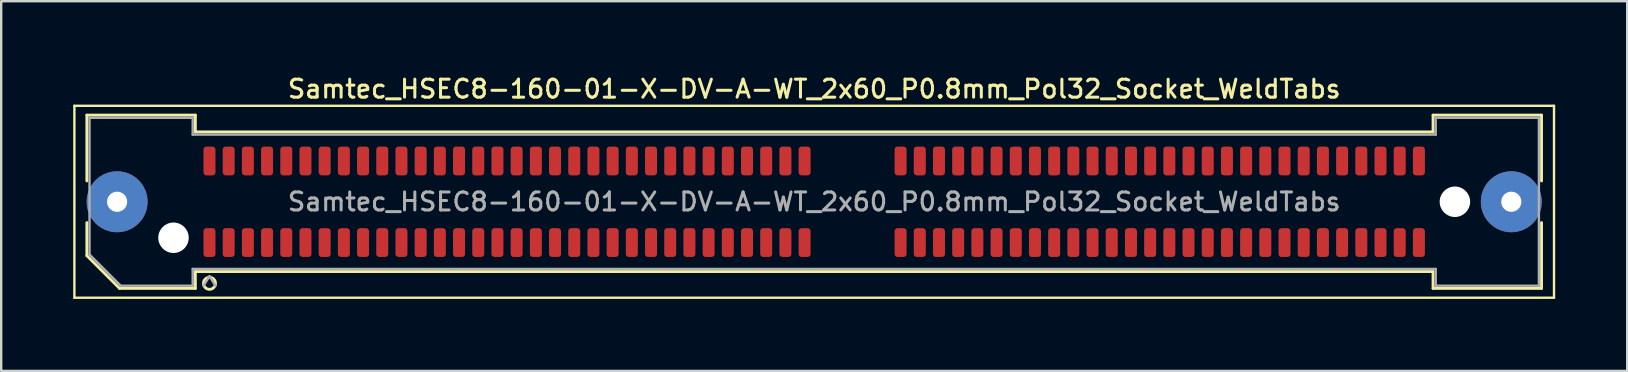
<source format=kicad_pcb>
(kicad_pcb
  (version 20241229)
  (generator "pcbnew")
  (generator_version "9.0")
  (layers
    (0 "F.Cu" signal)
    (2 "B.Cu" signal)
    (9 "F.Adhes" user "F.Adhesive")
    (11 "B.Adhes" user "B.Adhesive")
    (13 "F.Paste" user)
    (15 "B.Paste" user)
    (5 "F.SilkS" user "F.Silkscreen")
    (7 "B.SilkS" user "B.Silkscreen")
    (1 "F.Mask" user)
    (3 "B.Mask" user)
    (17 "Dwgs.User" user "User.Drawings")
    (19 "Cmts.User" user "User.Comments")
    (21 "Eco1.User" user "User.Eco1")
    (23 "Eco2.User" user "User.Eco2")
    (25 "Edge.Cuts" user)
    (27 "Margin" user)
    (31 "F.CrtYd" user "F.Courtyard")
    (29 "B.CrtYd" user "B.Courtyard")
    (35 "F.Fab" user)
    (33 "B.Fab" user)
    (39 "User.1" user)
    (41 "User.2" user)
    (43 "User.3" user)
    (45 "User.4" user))
  (footprint "Samtec_HSEC8-160-01-X-DV-A-WT_2x60_P0.8mm_Pol32_Socket_WeldTabs"
    (layer "F.Cu")
    (at 30.88 5.358)
    (property "Reference" "Samtec_HSEC8-160-01-X-DV-A-WT_2x60_P0.8mm_Pol32_Socket_WeldTabs" (at 0 -4.7 0) (layer "F.SilkS") (effects (font (size 0.75 0.75) (thickness 0.125))))
    (attr smd)
    (fp_line (start -30.83 -4) (end -30.83 4) (stroke (width 0.1) (type solid)) (layer "F.SilkS"))
    (fp_line (start -30.83 4) (end 30.83 4) (stroke (width 0.1) (type solid)) (layer "F.SilkS"))
    (fp_line (start -30.31 -3.61) (end -25.79 -3.61) (stroke (width 0.12) (type solid)) (layer "F.SilkS"))
    (fp_line (start -30.31 -0.868) (end -30.31 -3.61) (stroke (width 0.12) (type solid)) (layer "F.SilkS"))
    (fp_line (start -30.31 2.246) (end -30.31 0.868) (stroke (width 0.12) (type solid)) (layer "F.SilkS"))
    (fp_line (start -28.946 3.61) (end -30.31 2.246) (stroke (width 0.12) (type solid)) (layer "F.SilkS"))
    (fp_line (start -25.79 -3.61) (end -25.79 -2.91) (stroke (width 0.12) (type solid)) (layer "F.SilkS"))
    (fp_line (start -25.79 -2.91) (end 25.79 -2.91) (stroke (width 0.12) (type solid)) (layer "F.SilkS"))
    (fp_line (start -25.79 2.91) (end -25.79 3.61) (stroke (width 0.12) (type solid)) (layer "F.SilkS"))
    (fp_line (start -25.79 3.61) (end -28.946 3.61) (stroke (width 0.12) (type solid)) (layer "F.SilkS"))
    (fp_line (start 25.79 -3.61) (end 30.31 -3.61) (stroke (width 0.12) (type solid)) (layer "F.SilkS"))
    (fp_line (start 25.79 -2.91) (end 25.79 -3.61) (stroke (width 0.12) (type solid)) (layer "F.SilkS"))
    (fp_line (start 25.79 2.91) (end -25.79 2.91) (stroke (width 0.12) (type solid)) (layer "F.SilkS"))
    (fp_line (start 25.79 3.61) (end 25.79 2.91) (stroke (width 0.12) (type solid)) (layer "F.SilkS"))
    (fp_line (start 30.31 -3.61) (end 30.31 -0.868) (stroke (width 0.12) (type solid)) (layer "F.SilkS"))
    (fp_line (start 30.31 0.868) (end 30.31 3.61) (stroke (width 0.12) (type solid)) (layer "F.SilkS"))
    (fp_line (start 30.31 3.61) (end 25.79 3.61) (stroke (width 0.12) (type solid)) (layer "F.SilkS"))
    (fp_line (start 30.83 -4) (end -30.83 -4) (stroke (width 0.1) (type solid)) (layer "F.SilkS"))
    (fp_line (start 30.83 4) (end 30.83 -4) (stroke (width 0.1) (type solid)) (layer "F.SilkS"))
    (fp_arc (start -24.95 3.4) (mid -25.45 3.4) (end -24.95 3.4) (stroke (width 0.12) (type solid)) (layer "F.SilkS"))
    (fp_line (start -30.2 -3.5) (end -25.9 -3.5) (stroke (width 0.1) (type solid)) (layer "F.Fab"))
    (fp_line (start -30.2 2.2) (end -30.2 -3.5) (stroke (width 0.1) (type solid)) (layer "F.Fab"))
    (fp_line (start -28.9 3.5) (end -30.2 2.2) (stroke (width 0.1) (type solid)) (layer "F.Fab"))
    (fp_line (start -25.9 -3.5) (end -25.9 -2.8) (stroke (width 0.1) (type solid)) (layer "F.Fab"))
    (fp_line (start -25.9 -2.8) (end 25.9 -2.8) (stroke (width 0.1) (type solid)) (layer "F.Fab"))
    (fp_line (start -25.9 2.8) (end -25.9 3.5) (stroke (width 0.1) (type solid)) (layer "F.Fab"))
    (fp_line (start -25.9 3.5) (end -28.9 3.5) (stroke (width 0.1) (type solid)) (layer "F.Fab"))
    (fp_line (start -25.2 3.1) (end -25.45 3.5) (stroke (width 0.1) (type solid)) (layer "F.Fab"))
    (fp_line (start -25.2 3.1) (end -24.95 3.5) (stroke (width 0.1) (type solid)) (layer "F.Fab"))
    (fp_line (start 25.9 -3.5) (end 30.2 -3.5) (stroke (width 0.1) (type solid)) (layer "F.Fab"))
    (fp_line (start 25.9 -2.8) (end 25.9 -3.5) (stroke (width 0.1) (type solid)) (layer "F.Fab"))
    (fp_line (start 25.9 2.8) (end -25.9 2.8) (stroke (width 0.1) (type solid)) (layer "F.Fab"))
    (fp_line (start 25.9 3.5) (end 25.9 2.8) (stroke (width 0.1) (type solid)) (layer "F.Fab"))
    (fp_line (start 30.2 -3.5) (end 30.2 3.5) (stroke (width 0.1) (type solid)) (layer "F.Fab"))
    (fp_line (start 30.2 3.5) (end 25.9 3.5) (stroke (width 0.1) (type solid)) (layer "F.Fab"))
    (fp_text user "${REFERENCE}" (at 0 0 0) (layer "F.Fab") (effects (font (size 0.75 0.75) (thickness 0.125))))
    (pad "" thru_hole circle (at -29.05 0) (size 2.54 2.54) (drill 0.84) (layers "*.Cu" "*.Mask" "F.Paste"))
    (pad "" np_thru_hole circle (at -26.7 1.5) (size 1.27 1.27) (drill 1.27) (layers "*.Cu" "*.Mask"))
    (pad "" np_thru_hole circle (at 26.7 0) (size 1.27 1.27) (drill 1.27) (layers "*.Cu" "*.Mask"))
    (pad "" thru_hole circle (at 29.05 0) (size 2.54 2.54) (drill 0.84) (layers "*.Cu" "*.Mask" "F.Paste"))
    (pad "1" smd roundrect (at -25.2 1.7) (size 0.5 1.2) (layers "F.Cu" "F.Mask" "F.Paste") (roundrect_rratio 0.25))
    (pad "2" smd roundrect (at -25.2 -1.7) (size 0.5 1.2) (layers "F.Cu" "F.Mask" "F.Paste") (roundrect_rratio 0.25))
    (pad "3" smd roundrect (at -24.4 1.7) (size 0.5 1.2) (layers "F.Cu" "F.Mask" "F.Paste") (roundrect_rratio 0.25))
    (pad "4" smd roundrect (at -24.4 -1.7) (size 0.5 1.2) (layers "F.Cu" "F.Mask" "F.Paste") (roundrect_rratio 0.25))
    (pad "5" smd roundrect (at -23.6 1.7) (size 0.5 1.2) (layers "F.Cu" "F.Mask" "F.Paste") (roundrect_rratio 0.25))
    (pad "6" smd roundrect (at -23.6 -1.7) (size 0.5 1.2) (layers "F.Cu" "F.Mask" "F.Paste") (roundrect_rratio 0.25))
    (pad "7" smd roundrect (at -22.8 1.7) (size 0.5 1.2) (layers "F.Cu" "F.Mask" "F.Paste") (roundrect_rratio 0.25))
    (pad "8" smd roundrect (at -22.8 -1.7) (size 0.5 1.2) (layers "F.Cu" "F.Mask" "F.Paste") (roundrect_rratio 0.25))
    (pad "9" smd roundrect (at -22 1.7) (size 0.5 1.2) (layers "F.Cu" "F.Mask" "F.Paste") (roundrect_rratio 0.25))
    (pad "10" smd roundrect (at -22 -1.7) (size 0.5 1.2) (layers "F.Cu" "F.Mask" "F.Paste") (roundrect_rratio 0.25))
    (pad "11" smd roundrect (at -21.2 1.7) (size 0.5 1.2) (layers "F.Cu" "F.Mask" "F.Paste") (roundrect_rratio 0.25))
    (pad "12" smd roundrect (at -21.2 -1.7) (size 0.5 1.2) (layers "F.Cu" "F.Mask" "F.Paste") (roundrect_rratio 0.25))
    (pad "13" smd roundrect (at -20.4 1.7) (size 0.5 1.2) (layers "F.Cu" "F.Mask" "F.Paste") (roundrect_rratio 0.25))
    (pad "14" smd roundrect (at -20.4 -1.7) (size 0.5 1.2) (layers "F.Cu" "F.Mask" "F.Paste") (roundrect_rratio 0.25))
    (pad "15" smd roundrect (at -19.6 1.7) (size 0.5 1.2) (layers "F.Cu" "F.Mask" "F.Paste") (roundrect_rratio 0.25))
    (pad "16" smd roundrect (at -19.6 -1.7) (size 0.5 1.2) (layers "F.Cu" "F.Mask" "F.Paste") (roundrect_rratio 0.25))
    (pad "17" smd roundrect (at -18.8 1.7) (size 0.5 1.2) (layers "F.Cu" "F.Mask" "F.Paste") (roundrect_rratio 0.25))
    (pad "18" smd roundrect (at -18.8 -1.7) (size 0.5 1.2) (layers "F.Cu" "F.Mask" "F.Paste") (roundrect_rratio 0.25))
    (pad "19" smd roundrect (at -18 1.7) (size 0.5 1.2) (layers "F.Cu" "F.Mask" "F.Paste") (roundrect_rratio 0.25))
    (pad "20" smd roundrect (at -18 -1.7) (size 0.5 1.2) (layers "F.Cu" "F.Mask" "F.Paste") (roundrect_rratio 0.25))
    (pad "21" smd roundrect (at -17.2 1.7) (size 0.5 1.2) (layers "F.Cu" "F.Mask" "F.Paste") (roundrect_rratio 0.25))
    (pad "22" smd roundrect (at -17.2 -1.7) (size 0.5 1.2) (layers "F.Cu" "F.Mask" "F.Paste") (roundrect_rratio 0.25))
    (pad "23" smd roundrect (at -16.4 1.7) (size 0.5 1.2) (layers "F.Cu" "F.Mask" "F.Paste") (roundrect_rratio 0.25))
    (pad "24" smd roundrect (at -16.4 -1.7) (size 0.5 1.2) (layers "F.Cu" "F.Mask" "F.Paste") (roundrect_rratio 0.25))
    (pad "25" smd roundrect (at -15.6 1.7) (size 0.5 1.2) (layers "F.Cu" "F.Mask" "F.Paste") (roundrect_rratio 0.25))
    (pad "26" smd roundrect (at -15.6 -1.7) (size 0.5 1.2) (layers "F.Cu" "F.Mask" "F.Paste") (roundrect_rratio 0.25))
    (pad "27" smd roundrect (at -14.8 1.7) (size 0.5 1.2) (layers "F.Cu" "F.Mask" "F.Paste") (roundrect_rratio 0.25))
    (pad "28" smd roundrect (at -14.8 -1.7) (size 0.5 1.2) (layers "F.Cu" "F.Mask" "F.Paste") (roundrect_rratio 0.25))
    (pad "29" smd roundrect (at -14 1.7) (size 0.5 1.2) (layers "F.Cu" "F.Mask" "F.Paste") (roundrect_rratio 0.25))
    (pad "30" smd roundrect (at -14 -1.7) (size 0.5 1.2) (layers "F.Cu" "F.Mask" "F.Paste") (roundrect_rratio 0.25))
    (pad "31" smd roundrect (at -13.2 1.7) (size 0.5 1.2) (layers "F.Cu" "F.Mask" "F.Paste") (roundrect_rratio 0.25))
    (pad "32" smd roundrect (at -13.2 -1.7) (size 0.5 1.2) (layers "F.Cu" "F.Mask" "F.Paste") (roundrect_rratio 0.25))
    (pad "33" smd roundrect (at -12.4 1.7) (size 0.5 1.2) (layers "F.Cu" "F.Mask" "F.Paste") (roundrect_rratio 0.25))
    (pad "34" smd roundrect (at -12.4 -1.7) (size 0.5 1.2) (layers "F.Cu" "F.Mask" "F.Paste") (roundrect_rratio 0.25))
    (pad "35" smd roundrect (at -11.6 1.7) (size 0.5 1.2) (layers "F.Cu" "F.Mask" "F.Paste") (roundrect_rratio 0.25))
    (pad "36" smd roundrect (at -11.6 -1.7) (size 0.5 1.2) (layers "F.Cu" "F.Mask" "F.Paste") (roundrect_rratio 0.25))
    (pad "37" smd roundrect (at -10.8 1.7) (size 0.5 1.2) (layers "F.Cu" "F.Mask" "F.Paste") (roundrect_rratio 0.25))
    (pad "38" smd roundrect (at -10.8 -1.7) (size 0.5 1.2) (layers "F.Cu" "F.Mask" "F.Paste") (roundrect_rratio 0.25))
    (pad "39" smd roundrect (at -10 1.7) (size 0.5 1.2) (layers "F.Cu" "F.Mask" "F.Paste") (roundrect_rratio 0.25))
    (pad "40" smd roundrect (at -10 -1.7) (size 0.5 1.2) (layers "F.Cu" "F.Mask" "F.Paste") (roundrect_rratio 0.25))
    (pad "41" smd roundrect (at -9.2 1.7) (size 0.5 1.2) (layers "F.Cu" "F.Mask" "F.Paste") (roundrect_rratio 0.25))
    (pad "42" smd roundrect (at -9.2 -1.7) (size 0.5 1.2) (layers "F.Cu" "F.Mask" "F.Paste") (roundrect_rratio 0.25))
    (pad "43" smd roundrect (at -8.4 1.7) (size 0.5 1.2) (layers "F.Cu" "F.Mask" "F.Paste") (roundrect_rratio 0.25))
    (pad "44" smd roundrect (at -8.4 -1.7) (size 0.5 1.2) (layers "F.Cu" "F.Mask" "F.Paste") (roundrect_rratio 0.25))
    (pad "45" smd roundrect (at -7.6 1.7) (size 0.5 1.2) (layers "F.Cu" "F.Mask" "F.Paste") (roundrect_rratio 0.25))
    (pad "46" smd roundrect (at -7.6 -1.7) (size 0.5 1.2) (layers "F.Cu" "F.Mask" "F.Paste") (roundrect_rratio 0.25))
    (pad "47" smd roundrect (at -6.8 1.7) (size 0.5 1.2) (layers "F.Cu" "F.Mask" "F.Paste") (roundrect_rratio 0.25))
    (pad "48" smd roundrect (at -6.8 -1.7) (size 0.5 1.2) (layers "F.Cu" "F.Mask" "F.Paste") (roundrect_rratio 0.25))
    (pad "49" smd roundrect (at -6 1.7) (size 0.5 1.2) (layers "F.Cu" "F.Mask" "F.Paste") (roundrect_rratio 0.25))
    (pad "50" smd roundrect (at -6 -1.7) (size 0.5 1.2) (layers "F.Cu" "F.Mask" "F.Paste") (roundrect_rratio 0.25))
    (pad "51" smd roundrect (at -5.2 1.7) (size 0.5 1.2) (layers "F.Cu" "F.Mask" "F.Paste") (roundrect_rratio 0.25))
    (pad "52" smd roundrect (at -5.2 -1.7) (size 0.5 1.2) (layers "F.Cu" "F.Mask" "F.Paste") (roundrect_rratio 0.25))
    (pad "53" smd roundrect (at -4.4 1.7) (size 0.5 1.2) (layers "F.Cu" "F.Mask" "F.Paste") (roundrect_rratio 0.25))
    (pad "54" smd roundrect (at -4.4 -1.7) (size 0.5 1.2) (layers "F.Cu" "F.Mask" "F.Paste") (roundrect_rratio 0.25))
    (pad "55" smd roundrect (at -3.6 1.7) (size 0.5 1.2) (layers "F.Cu" "F.Mask" "F.Paste") (roundrect_rratio 0.25))
    (pad "56" smd roundrect (at -3.6 -1.7) (size 0.5 1.2) (layers "F.Cu" "F.Mask" "F.Paste") (roundrect_rratio 0.25))
    (pad "57" smd roundrect (at -2.8 1.7) (size 0.5 1.2) (layers "F.Cu" "F.Mask" "F.Paste") (roundrect_rratio 0.25))
    (pad "58" smd roundrect (at -2.8 -1.7) (size 0.5 1.2) (layers "F.Cu" "F.Mask" "F.Paste") (roundrect_rratio 0.25))
    (pad "59" smd roundrect (at -2 1.7) (size 0.5 1.2) (layers "F.Cu" "F.Mask" "F.Paste") (roundrect_rratio 0.25))
    (pad "60" smd roundrect (at -2 -1.7) (size 0.5 1.2) (layers "F.Cu" "F.Mask" "F.Paste") (roundrect_rratio 0.25))
    (pad "61" smd roundrect (at -1.2 1.7) (size 0.5 1.2) (layers "F.Cu" "F.Mask" "F.Paste") (roundrect_rratio 0.25))
    (pad "62" smd roundrect (at -1.2 -1.7) (size 0.5 1.2) (layers "F.Cu" "F.Mask" "F.Paste") (roundrect_rratio 0.25))
    (pad "63" smd roundrect (at -0.4 1.7) (size 0.5 1.2) (layers "F.Cu" "F.Mask" "F.Paste") (roundrect_rratio 0.25))
    (pad "64" smd roundrect (at -0.4 -1.7) (size 0.5 1.2) (layers "F.Cu" "F.Mask" "F.Paste") (roundrect_rratio 0.25))
    (pad "65" smd roundrect (at 3.6 1.7) (size 0.5 1.2) (layers "F.Cu" "F.Mask" "F.Paste") (roundrect_rratio 0.25))
    (pad "66" smd roundrect (at 3.6 -1.7) (size 0.5 1.2) (layers "F.Cu" "F.Mask" "F.Paste") (roundrect_rratio 0.25))
    (pad "67" smd roundrect (at 4.4 1.7) (size 0.5 1.2) (layers "F.Cu" "F.Mask" "F.Paste") (roundrect_rratio 0.25))
    (pad "68" smd roundrect (at 4.4 -1.7) (size 0.5 1.2) (layers "F.Cu" "F.Mask" "F.Paste") (roundrect_rratio 0.25))
    (pad "69" smd roundrect (at 5.2 1.7) (size 0.5 1.2) (layers "F.Cu" "F.Mask" "F.Paste") (roundrect_rratio 0.25))
    (pad "70" smd roundrect (at 5.2 -1.7) (size 0.5 1.2) (layers "F.Cu" "F.Mask" "F.Paste") (roundrect_rratio 0.25))
    (pad "71" smd roundrect (at 6 1.7) (size 0.5 1.2) (layers "F.Cu" "F.Mask" "F.Paste") (roundrect_rratio 0.25))
    (pad "72" smd roundrect (at 6 -1.7) (size 0.5 1.2) (layers "F.Cu" "F.Mask" "F.Paste") (roundrect_rratio 0.25))
    (pad "73" smd roundrect (at 6.8 1.7) (size 0.5 1.2) (layers "F.Cu" "F.Mask" "F.Paste") (roundrect_rratio 0.25))
    (pad "74" smd roundrect (at 6.8 -1.7) (size 0.5 1.2) (layers "F.Cu" "F.Mask" "F.Paste") (roundrect_rratio 0.25))
    (pad "75" smd roundrect (at 7.6 1.7) (size 0.5 1.2) (layers "F.Cu" "F.Mask" "F.Paste") (roundrect_rratio 0.25))
    (pad "76" smd roundrect (at 7.6 -1.7) (size 0.5 1.2) (layers "F.Cu" "F.Mask" "F.Paste") (roundrect_rratio 0.25))
    (pad "77" smd roundrect (at 8.4 1.7) (size 0.5 1.2) (layers "F.Cu" "F.Mask" "F.Paste") (roundrect_rratio 0.25))
    (pad "78" smd roundrect (at 8.4 -1.7) (size 0.5 1.2) (layers "F.Cu" "F.Mask" "F.Paste") (roundrect_rratio 0.25))
    (pad "79" smd roundrect (at 9.2 1.7) (size 0.5 1.2) (layers "F.Cu" "F.Mask" "F.Paste") (roundrect_rratio 0.25))
    (pad "80" smd roundrect (at 9.2 -1.7) (size 0.5 1.2) (layers "F.Cu" "F.Mask" "F.Paste") (roundrect_rratio 0.25))
    (pad "81" smd roundrect (at 10 1.7) (size 0.5 1.2) (layers "F.Cu" "F.Mask" "F.Paste") (roundrect_rratio 0.25))
    (pad "82" smd roundrect (at 10 -1.7) (size 0.5 1.2) (layers "F.Cu" "F.Mask" "F.Paste") (roundrect_rratio 0.25))
    (pad "83" smd roundrect (at 10.8 1.7) (size 0.5 1.2) (layers "F.Cu" "F.Mask" "F.Paste") (roundrect_rratio 0.25))
    (pad "84" smd roundrect (at 10.8 -1.7) (size 0.5 1.2) (layers "F.Cu" "F.Mask" "F.Paste") (roundrect_rratio 0.25))
    (pad "85" smd roundrect (at 11.6 1.7) (size 0.5 1.2) (layers "F.Cu" "F.Mask" "F.Paste") (roundrect_rratio 0.25))
    (pad "86" smd roundrect (at 11.6 -1.7) (size 0.5 1.2) (layers "F.Cu" "F.Mask" "F.Paste") (roundrect_rratio 0.25))
    (pad "87" smd roundrect (at 12.4 1.7) (size 0.5 1.2) (layers "F.Cu" "F.Mask" "F.Paste") (roundrect_rratio 0.25))
    (pad "88" smd roundrect (at 12.4 -1.7) (size 0.5 1.2) (layers "F.Cu" "F.Mask" "F.Paste") (roundrect_rratio 0.25))
    (pad "89" smd roundrect (at 13.2 1.7) (size 0.5 1.2) (layers "F.Cu" "F.Mask" "F.Paste") (roundrect_rratio 0.25))
    (pad "90" smd roundrect (at 13.2 -1.7) (size 0.5 1.2) (layers "F.Cu" "F.Mask" "F.Paste") (roundrect_rratio 0.25))
    (pad "91" smd roundrect (at 14 1.7) (size 0.5 1.2) (layers "F.Cu" "F.Mask" "F.Paste") (roundrect_rratio 0.25))
    (pad "92" smd roundrect (at 14 -1.7) (size 0.5 1.2) (layers "F.Cu" "F.Mask" "F.Paste") (roundrect_rratio 0.25))
    (pad "93" smd roundrect (at 14.8 1.7) (size 0.5 1.2) (layers "F.Cu" "F.Mask" "F.Paste") (roundrect_rratio 0.25))
    (pad "94" smd roundrect (at 14.8 -1.7) (size 0.5 1.2) (layers "F.Cu" "F.Mask" "F.Paste") (roundrect_rratio 0.25))
    (pad "95" smd roundrect (at 15.6 1.7) (size 0.5 1.2) (layers "F.Cu" "F.Mask" "F.Paste") (roundrect_rratio 0.25))
    (pad "96" smd roundrect (at 15.6 -1.7) (size 0.5 1.2) (layers "F.Cu" "F.Mask" "F.Paste") (roundrect_rratio 0.25))
    (pad "97" smd roundrect (at 16.4 1.7) (size 0.5 1.2) (layers "F.Cu" "F.Mask" "F.Paste") (roundrect_rratio 0.25))
    (pad "98" smd roundrect (at 16.4 -1.7) (size 0.5 1.2) (layers "F.Cu" "F.Mask" "F.Paste") (roundrect_rratio 0.25))
    (pad "99" smd roundrect (at 17.2 1.7) (size 0.5 1.2) (layers "F.Cu" "F.Mask" "F.Paste") (roundrect_rratio 0.25))
    (pad "100" smd roundrect (at 17.2 -1.7) (size 0.5 1.2) (layers "F.Cu" "F.Mask" "F.Paste") (roundrect_rratio 0.25))
    (pad "101" smd roundrect (at 18 1.7) (size 0.5 1.2) (layers "F.Cu" "F.Mask" "F.Paste") (roundrect_rratio 0.25))
    (pad "102" smd roundrect (at 18 -1.7) (size 0.5 1.2) (layers "F.Cu" "F.Mask" "F.Paste") (roundrect_rratio 0.25))
    (pad "103" smd roundrect (at 18.8 1.7) (size 0.5 1.2) (layers "F.Cu" "F.Mask" "F.Paste") (roundrect_rratio 0.25))
    (pad "104" smd roundrect (at 18.8 -1.7) (size 0.5 1.2) (layers "F.Cu" "F.Mask" "F.Paste") (roundrect_rratio 0.25))
    (pad "105" smd roundrect (at 19.6 1.7) (size 0.5 1.2) (layers "F.Cu" "F.Mask" "F.Paste") (roundrect_rratio 0.25))
    (pad "106" smd roundrect (at 19.6 -1.7) (size 0.5 1.2) (layers "F.Cu" "F.Mask" "F.Paste") (roundrect_rratio 0.25))
    (pad "107" smd roundrect (at 20.4 1.7) (size 0.5 1.2) (layers "F.Cu" "F.Mask" "F.Paste") (roundrect_rratio 0.25))
    (pad "108" smd roundrect (at 20.4 -1.7) (size 0.5 1.2) (layers "F.Cu" "F.Mask" "F.Paste") (roundrect_rratio 0.25))
    (pad "109" smd roundrect (at 21.2 1.7) (size 0.5 1.2) (layers "F.Cu" "F.Mask" "F.Paste") (roundrect_rratio 0.25))
    (pad "110" smd roundrect (at 21.2 -1.7) (size 0.5 1.2) (layers "F.Cu" "F.Mask" "F.Paste") (roundrect_rratio 0.25))
    (pad "111" smd roundrect (at 22 1.7) (size 0.5 1.2) (layers "F.Cu" "F.Mask" "F.Paste") (roundrect_rratio 0.25))
    (pad "112" smd roundrect (at 22 -1.7) (size 0.5 1.2) (layers "F.Cu" "F.Mask" "F.Paste") (roundrect_rratio 0.25))
    (pad "113" smd roundrect (at 22.8 1.7) (size 0.5 1.2) (layers "F.Cu" "F.Mask" "F.Paste") (roundrect_rratio 0.25))
    (pad "114" smd roundrect (at 22.8 -1.7) (size 0.5 1.2) (layers "F.Cu" "F.Mask" "F.Paste") (roundrect_rratio 0.25))
    (pad "115" smd roundrect (at 23.6 1.7) (size 0.5 1.2) (layers "F.Cu" "F.Mask" "F.Paste") (roundrect_rratio 0.25))
    (pad "116" smd roundrect (at 23.6 -1.7) (size 0.5 1.2) (layers "F.Cu" "F.Mask" "F.Paste") (roundrect_rratio 0.25))
    (pad "117" smd roundrect (at 24.4 1.7) (size 0.5 1.2) (layers "F.Cu" "F.Mask" "F.Paste") (roundrect_rratio 0.25))
    (pad "118" smd roundrect (at 24.4 -1.7) (size 0.5 1.2) (layers "F.Cu" "F.Mask" "F.Paste") (roundrect_rratio 0.25))
    (pad "119" smd roundrect (at 25.2 1.7) (size 0.5 1.2) (layers "F.Cu" "F.Mask" "F.Paste") (roundrect_rratio 0.25))
    (pad "120" smd roundrect (at 25.2 -1.7) (size 0.5 1.2) (layers "F.Cu" "F.Mask" "F.Paste") (roundrect_rratio 0.25)))
  (gr_rect
    (start -3 -3)
    (end 64.76 12.408)
    (stroke (width 0.1) (type default))
    (fill no)
    (layer "Edge.Cuts")))
</source>
